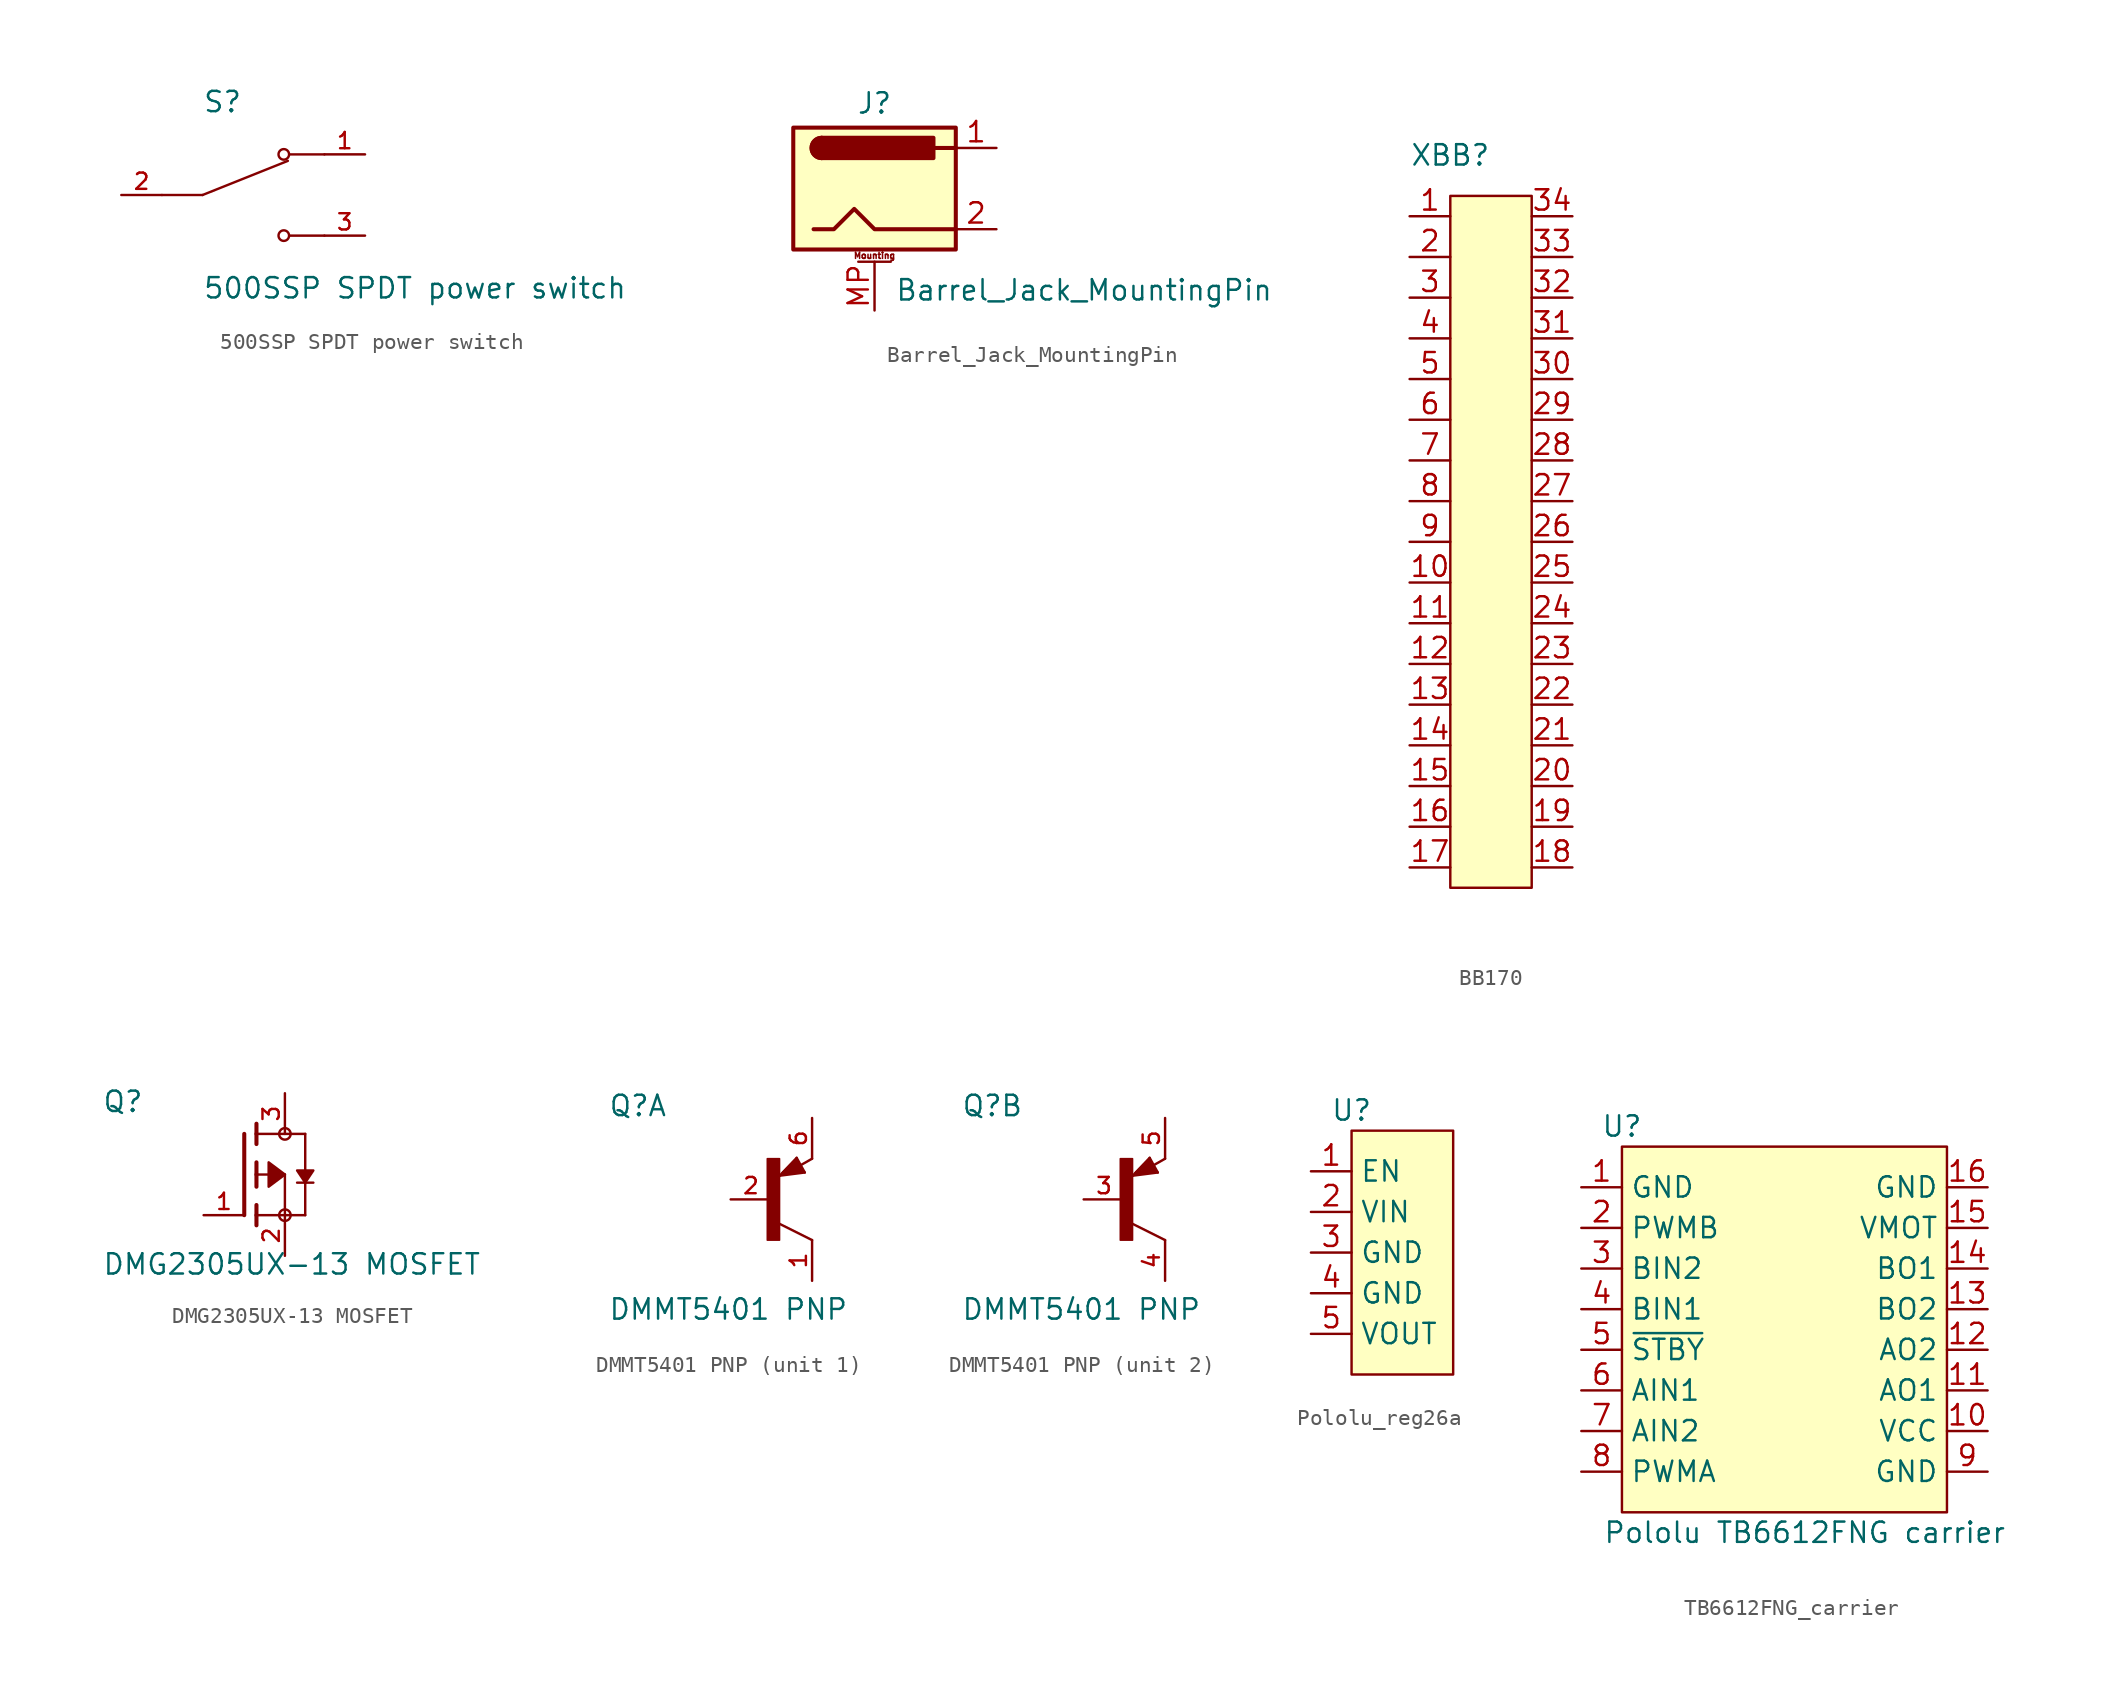
<source format=kicad_sym>
(kicad_symbol_lib
  (version 20220914)
  (generator kicad_symbol_editor)
  (symbol "500SSP SPDT power switch"
    (pin_names
      (offset 1.016))
    (property "Reference" "S"
      (at -2.54 5.08 0)
      (effects (font (size 1.27 1.27)) (justify left bottom)))
    (property "Value" "500SSP SPDT power switch"
      (at -2.54 -5.08 0)
      (effects (font (size 1.27 1.27)) (justify left top)))
    (symbol "500SSP SPDT power switch_0_0"
      (polyline (pts (xy -2.54 0) (xy -5.08 0)) (stroke (width 0.152) (type default)) (fill (type none)))
      (polyline (pts (xy -2.54 0) (xy 2.794 2.134)) (stroke (width 0.152) (type default)) (fill (type none)))
      (polyline (pts (xy 5.08 -2.54) (xy 2.921 -2.54)) (stroke (width 0.152) (type default)) (fill (type none)))
      (polyline (pts (xy 5.08 2.54) (xy 2.921 2.54)) (stroke (width 0.152) (type default)) (fill (type none)))
      (circle (center 2.54 -2.54) (radius 0.33) (stroke (width 0.152) (type default)) (fill (type none)))
      (circle (center 2.54 2.54) (radius 0.33) (stroke (width 0.152) (type default)) (fill (type none)))
      (pin passive line (at 7.62 2.54 180) (length 2.54) (name "~" (effects (font (size 1.016 1.016)))) (number "1" (effects (font (size 1.016 1.016)))))
      (pin passive line (at -7.62 0 0) (length 2.54) (name "~" (effects (font (size 1.016 1.016)))) (number "2" (effects (font (size 1.016 1.016)))))
      (pin passive line (at 7.62 -2.54 180) (length 2.54) (name "~" (effects (font (size 1.016 1.016)))) (number "3" (effects (font (size 1.016 1.016)))))))
  (symbol "Barrel_Jack_MountingPin"
    (pin_names hide)
    (property "Reference" "J"
      (at 0 5.334 0)
      (effects (font (size 1.27 1.27))))
    (property "Value" "Barrel_Jack_MountingPin"
      (at 1.27 -6.35 0)
      (effects (font (size 1.27 1.27)) (justify left)))
    (symbol "Barrel_Jack_MountingPin_0_1"
      (rectangle (start -5.08 3.81) (end 5.08 -3.81) (stroke (width 0.254) (type default)) (fill (type background)))
      (arc (start -3.302 3.175) (mid -3.9343 2.54) (end -3.302 1.905) (stroke (width 0.254) (type default)) (fill (type none)))
      (arc (start -3.302 3.175) (mid -3.9343 2.54) (end -3.302 1.905) (stroke (width 0.254) (type default)) (fill (type outline)))
      (polyline (pts (xy 5.08 2.54) (xy 3.81 2.54)) (stroke (width 0.254) (type default)) (fill (type none)))
      (polyline (pts (xy -3.81 -2.54) (xy -2.54 -2.54) (xy -1.27 -1.27) (xy 0 -2.54) (xy 2.54 -2.54) (xy 5.08 -2.54)) (stroke (width 0.254) (type default)) (fill (type none)))
      (rectangle (start 3.683 3.175) (end -3.302 1.905) (stroke (width 0.254) (type default)) (fill (type outline))))
    (symbol "Barrel_Jack_MountingPin_1_1"
      (polyline (pts (xy -1.016 -4.572) (xy 1.016 -4.572)) (stroke (width 0.152) (type default)) (fill (type none)))
      (text "Mounting" (at 0 -4.191 0) (effects (font (size 0.381 0.381))))
      (pin passive line (at 7.62 2.54 180) (length 2.54) (name "~" (effects (font (size 1.27 1.27)))) (number "1" (effects (font (size 1.27 1.27)))))
      (pin passive line (at 7.62 -2.54 180) (length 2.54) (name "~" (effects (font (size 1.27 1.27)))) (number "2" (effects (font (size 1.27 1.27)))))
      (pin passive line (at 0 -7.62 90) (length 3.048) (name "MountPin" (effects (font (size 1.27 1.27)))) (number "MP" (effects (font (size 1.27 1.27)))))))
  (symbol "BB170"
    (property "Reference" "XBB"
      (at 0 0 0)
      (effects (font (size 1.27 1.27))))
    (property "Value" ""
      (at 0 0 0)
      (effects (font (size 1.27 1.27))))
    (symbol "BB170_1_0"
      (pin passive line (at -2.54 -26.67 0) (length 2.54) (name "" (effects (font (size 1.27 1.27)))) (number "10" (effects (font (size 1.27 1.27)))))
      (pin passive line (at -2.54 -29.21 0) (length 2.54) (name "" (effects (font (size 1.27 1.27)))) (number "11" (effects (font (size 1.27 1.27)))))
      (pin passive line (at -2.54 -31.75 0) (length 2.54) (name "" (effects (font (size 1.27 1.27)))) (number "12" (effects (font (size 1.27 1.27)))))
      (pin passive line (at -2.54 -34.29 0) (length 2.54) (name "" (effects (font (size 1.27 1.27)))) (number "13" (effects (font (size 1.27 1.27)))))
      (pin passive line (at -2.54 -36.83 0) (length 2.54) (name "" (effects (font (size 1.27 1.27)))) (number "14" (effects (font (size 1.27 1.27)))))
      (pin passive line (at -2.54 -39.37 0) (length 2.54) (name "" (effects (font (size 1.27 1.27)))) (number "15" (effects (font (size 1.27 1.27)))))
      (pin passive line (at -2.54 -41.91 0) (length 2.54) (name "" (effects (font (size 1.27 1.27)))) (number "16" (effects (font (size 1.27 1.27)))))
      (pin passive line (at -2.54 -44.45 0) (length 2.54) (name "" (effects (font (size 1.27 1.27)))) (number "17" (effects (font (size 1.27 1.27)))))
      (pin passive line (at 7.62 -44.45 180) (length 2.54) (name "" (effects (font (size 1.27 1.27)))) (number "18" (effects (font (size 1.27 1.27)))))
      (pin passive line (at 7.62 -41.91 180) (length 2.54) (name "" (effects (font (size 1.27 1.27)))) (number "19" (effects (font (size 1.27 1.27)))))
      (pin passive line (at -2.54 -6.35 0) (length 2.54) (name "" (effects (font (size 1.27 1.27)))) (number "2" (effects (font (size 1.27 1.27)))))
      (pin passive line (at 7.62 -39.37 180) (length 2.54) (name "" (effects (font (size 1.27 1.27)))) (number "20" (effects (font (size 1.27 1.27)))))
      (pin passive line (at 7.62 -36.83 180) (length 2.54) (name "" (effects (font (size 1.27 1.27)))) (number "21" (effects (font (size 1.27 1.27)))))
      (pin passive line (at 7.62 -34.29 180) (length 2.54) (name "" (effects (font (size 1.27 1.27)))) (number "22" (effects (font (size 1.27 1.27)))))
      (pin passive line (at 7.62 -31.75 180) (length 2.54) (name "" (effects (font (size 1.27 1.27)))) (number "23" (effects (font (size 1.27 1.27)))))
      (pin passive line (at 7.62 -29.21 180) (length 2.54) (name "" (effects (font (size 1.27 1.27)))) (number "24" (effects (font (size 1.27 1.27)))))
      (pin passive line (at 7.62 -26.67 180) (length 2.54) (name "" (effects (font (size 1.27 1.27)))) (number "25" (effects (font (size 1.27 1.27)))))
      (pin passive line (at 7.62 -24.13 180) (length 2.54) (name "" (effects (font (size 1.27 1.27)))) (number "26" (effects (font (size 1.27 1.27)))))
      (pin passive line (at 7.62 -21.59 180) (length 2.54) (name "" (effects (font (size 1.27 1.27)))) (number "27" (effects (font (size 1.27 1.27)))))
      (pin passive line (at 7.62 -19.05 180) (length 2.54) (name "" (effects (font (size 1.27 1.27)))) (number "28" (effects (font (size 1.27 1.27)))))
      (pin passive line (at 7.62 -16.51 180) (length 2.54) (name "" (effects (font (size 1.27 1.27)))) (number "29" (effects (font (size 1.27 1.27)))))
      (pin passive line (at -2.54 -8.89 0) (length 2.54) (name "" (effects (font (size 1.27 1.27)))) (number "3" (effects (font (size 1.27 1.27)))))
      (pin passive line (at 7.62 -13.97 180) (length 2.54) (name "" (effects (font (size 1.27 1.27)))) (number "30" (effects (font (size 1.27 1.27)))))
      (pin passive line (at 7.62 -11.43 180) (length 2.54) (name "" (effects (font (size 1.27 1.27)))) (number "31" (effects (font (size 1.27 1.27)))))
      (pin passive line (at 7.62 -8.89 180) (length 2.54) (name "" (effects (font (size 1.27 1.27)))) (number "32" (effects (font (size 1.27 1.27)))))
      (pin passive line (at 7.62 -6.35 180) (length 2.54) (name "" (effects (font (size 1.27 1.27)))) (number "33" (effects (font (size 1.27 1.27)))))
      (pin passive line (at -2.54 -11.43 0) (length 2.54) (name "" (effects (font (size 1.27 1.27)))) (number "4" (effects (font (size 1.27 1.27)))))
      (pin passive line (at -2.54 -13.97 0) (length 2.54) (name "" (effects (font (size 1.27 1.27)))) (number "5" (effects (font (size 1.27 1.27)))))
      (pin passive line (at -2.54 -16.51 0) (length 2.54) (name "" (effects (font (size 1.27 1.27)))) (number "6" (effects (font (size 1.27 1.27)))))
      (pin passive line (at -2.54 -19.05 0) (length 2.54) (name "" (effects (font (size 1.27 1.27)))) (number "7" (effects (font (size 1.27 1.27)))))
      (pin passive line (at -2.54 -21.59 0) (length 2.54) (name "" (effects (font (size 1.27 1.27)))) (number "8" (effects (font (size 1.27 1.27)))))
      (pin passive line (at -2.54 -24.13 0) (length 2.54) (name "" (effects (font (size 1.27 1.27)))) (number "9" (effects (font (size 1.27 1.27))))))
    (symbol "BB170_1_1"
      (polyline (pts (xy 0 -2.54) (xy 0 -45.72) (xy 5.08 -45.72) (xy 5.08 -2.54) (xy 0 -2.54)) (stroke (width 0) (type default)) (fill (type background)))
      (pin passive line (at -2.54 -3.81 0) (length 2.54) (name "" (effects (font (size 1.27 1.27)))) (number "1" (effects (font (size 1.27 1.27)))))
      (pin passive line (at 7.62 -3.81 180) (length 2.54) (name "" (effects (font (size 1.27 1.27)))) (number "34" (effects (font (size 1.27 1.27)))))))
  (symbol "DMG2305UX-13 MOSFET"
    (pin_names
      (offset 1.016))
    (property "Reference" "Q"
      (at -8.89 3.81 0)
      (effects (font (size 1.27 1.27)) (justify left bottom)))
    (property "Value" "DMG2305UX-13 MOSFET"
      (at -8.89 -6.35 0)
      (effects (font (size 1.27 1.27)) (justify left bottom)))
    (symbol "DMG2305UX-13 MOSFET_0_0"
      (polyline (pts (xy 0 -2.54) (xy 0 2.54)) (stroke (width 0.254) (type default)) (fill (type none)))
      (polyline (pts (xy 0.762 -3.175) (xy 0.762 -2.54)) (stroke (width 0.254) (type default)) (fill (type none)))
      (polyline (pts (xy 0.762 -2.54) (xy 0.762 -1.905)) (stroke (width 0.254) (type default)) (fill (type none)))
      (polyline (pts (xy 0.762 -2.54) (xy 2.54 -2.54)) (stroke (width 0.152) (type default)) (fill (type none)))
      (polyline (pts (xy 0.762 -0.762) (xy 0.762 0)) (stroke (width 0.254) (type default)) (fill (type none)))
      (polyline (pts (xy 0.762 0) (xy 0.762 0.762)) (stroke (width 0.254) (type default)) (fill (type none)))
      (polyline (pts (xy 0.762 0) (xy 2.54 0)) (stroke (width 0.152) (type default)) (fill (type none)))
      (polyline (pts (xy 0.762 1.905) (xy 0.762 2.54)) (stroke (width 0.254) (type default)) (fill (type none)))
      (polyline (pts (xy 0.762 2.54) (xy 0.762 3.175)) (stroke (width 0.254) (type default)) (fill (type none)))
      (polyline (pts (xy 2.54 -2.54) (xy 2.54 0)) (stroke (width 0.152) (type default)) (fill (type none)))
      (polyline (pts (xy 2.54 -2.54) (xy 3.81 -2.54)) (stroke (width 0.152) (type default)) (fill (type none)))
      (polyline (pts (xy 2.54 2.54) (xy 0.762 2.54)) (stroke (width 0.152) (type default)) (fill (type none)))
      (polyline (pts (xy 2.54 2.54) (xy 3.81 2.54)) (stroke (width 0.152) (type default)) (fill (type none)))
      (polyline (pts (xy 3.81 -0.508) (xy 3.302 -0.508)) (stroke (width 0.152) (type default)) (fill (type none)))
      (polyline (pts (xy 3.81 -0.508) (xy 3.81 -2.54)) (stroke (width 0.152) (type default)) (fill (type none)))
      (polyline (pts (xy 3.81 2.54) (xy 3.81 -0.508)) (stroke (width 0.152) (type default)) (fill (type none)))
      (polyline (pts (xy 4.318 -0.508) (xy 3.81 -0.508)) (stroke (width 0.152) (type default)) (fill (type none)))
      (polyline (pts (xy 2.54 0) (xy 1.524 0.762) (xy 1.524 -0.762) (xy 2.54 0)) (stroke (width 0.152) (type default)) (fill (type outline)))
      (polyline (pts (xy 3.81 -0.508) (xy 3.302 0.254) (xy 4.318 0.254) (xy 3.81 -0.508)) (stroke (width 0.152) (type default)) (fill (type outline)))
      (circle (center 2.54 -2.54) (radius 0.359) (stroke (width 0) (type default)) (fill (type none)))
      (circle (center 2.54 2.54) (radius 0.359) (stroke (width 0) (type default)) (fill (type none)))
      (pin passive line (at -2.54 -2.54 0) (length 2.54) (name "~" (effects (font (size 1.016 1.016)))) (number "1" (effects (font (size 1.016 1.016)))))
      (pin passive line (at 2.54 -5.08 90) (length 2.54) (name "~" (effects (font (size 1.016 1.016)))) (number "2" (effects (font (size 1.016 1.016)))))
      (pin passive line (at 2.54 5.08 270) (length 2.54) (name "~" (effects (font (size 1.016 1.016)))) (number "3" (effects (font (size 1.016 1.016)))))))
  (symbol "DMMT5401 PNP"
    (pin_names
      (offset 1.016))
    (property "Reference" "Q"
      (at -10.184 5.098 0)
      (effects (font (size 1.27 1.27)) (justify left bottom)))
    (property "Value" "DMMT5401 PNP"
      (at -10.195 -7.603 0)
      (effects (font (size 1.27 1.27)) (justify left bottom)))
    (symbol "DMMT5401 PNP_1_0"
      (rectangle (start -0.254 -2.544) (end 0.508 2.54) (stroke (width 0.1) (type default)) (fill (type outline)))
      (polyline (pts (xy 0.516 1.478) (xy 2.086 1.678)) (stroke (width 0.152) (type default)) (fill (type none)))
      (polyline (pts (xy 0.762 1.651) (xy 1.778 1.778)) (stroke (width 0.254) (type default)) (fill (type none)))
      (polyline (pts (xy 1.143 1.905) (xy 1.524 1.905)) (stroke (width 0.254) (type default)) (fill (type none)))
      (polyline (pts (xy 1.524 2.159) (xy 1.143 1.905)) (stroke (width 0.254) (type default)) (fill (type none)))
      (polyline (pts (xy 1.524 2.413) (xy 0.762 1.651)) (stroke (width 0.254) (type default)) (fill (type none)))
      (polyline (pts (xy 1.578 2.594) (xy 0.516 1.478)) (stroke (width 0.152) (type default)) (fill (type none)))
      (polyline (pts (xy 1.778 1.778) (xy 1.524 2.159)) (stroke (width 0.254) (type default)) (fill (type none)))
      (polyline (pts (xy 1.905 1.778) (xy 1.524 2.413)) (stroke (width 0.254) (type default)) (fill (type none)))
      (polyline (pts (xy 2.086 1.678) (xy 1.578 2.594)) (stroke (width 0.152) (type default)) (fill (type none)))
      (polyline (pts (xy 2.54 -2.54) (xy 0.508 -1.524)) (stroke (width 0.152) (type default)) (fill (type none)))
      (polyline (pts (xy 2.54 2.54) (xy 1.808 2.124)) (stroke (width 0.152) (type default)) (fill (type none)))
      (pin passive line (at 2.54 -5.08 90) (length 2.54) (name "~" (effects (font (size 1.016 1.016)))) (number "1" (effects (font (size 1.016 1.016)))))
      (pin passive line (at -2.54 0 0) (length 2.54) (name "~" (effects (font (size 1.016 1.016)))) (number "2" (effects (font (size 1.016 1.016)))))
      (pin passive line (at 2.54 5.08 270) (length 2.54) (name "~" (effects (font (size 1.016 1.016)))) (number "6" (effects (font (size 1.016 1.016))))))
    (symbol "DMMT5401 PNP_2_0"
      (rectangle (start -0.254 -2.544) (end 0.508 2.54) (stroke (width 0.1) (type default)) (fill (type outline)))
      (polyline (pts (xy 0.516 1.478) (xy 2.086 1.678)) (stroke (width 0.152) (type default)) (fill (type none)))
      (polyline (pts (xy 0.762 1.651) (xy 1.778 1.778)) (stroke (width 0.254) (type default)) (fill (type none)))
      (polyline (pts (xy 1.143 1.905) (xy 1.524 1.905)) (stroke (width 0.254) (type default)) (fill (type none)))
      (polyline (pts (xy 1.524 2.159) (xy 1.143 1.905)) (stroke (width 0.254) (type default)) (fill (type none)))
      (polyline (pts (xy 1.524 2.413) (xy 0.762 1.651)) (stroke (width 0.254) (type default)) (fill (type none)))
      (polyline (pts (xy 1.578 2.594) (xy 0.516 1.478)) (stroke (width 0.152) (type default)) (fill (type none)))
      (polyline (pts (xy 1.778 1.778) (xy 1.524 2.159)) (stroke (width 0.254) (type default)) (fill (type none)))
      (polyline (pts (xy 1.905 1.778) (xy 1.524 2.413)) (stroke (width 0.254) (type default)) (fill (type none)))
      (polyline (pts (xy 2.086 1.678) (xy 1.578 2.594)) (stroke (width 0.152) (type default)) (fill (type none)))
      (polyline (pts (xy 2.54 -2.54) (xy 0.508 -1.524)) (stroke (width 0.152) (type default)) (fill (type none)))
      (polyline (pts (xy 2.54 2.54) (xy 1.808 2.124)) (stroke (width 0.152) (type default)) (fill (type none)))
      (pin passive line (at -2.54 0 0) (length 2.54) (name "~" (effects (font (size 1.016 1.016)))) (number "3" (effects (font (size 1.016 1.016)))))
      (pin passive line (at 2.54 -5.08 90) (length 2.54) (name "~" (effects (font (size 1.016 1.016)))) (number "4" (effects (font (size 1.016 1.016)))))
      (pin passive line (at 2.54 5.08 270) (length 2.54) (name "~" (effects (font (size 1.016 1.016)))) (number "5" (effects (font (size 1.016 1.016)))))))
  (symbol "Pololu_reg26a"
    (property "Reference" "U"
      (at 2.54 3.81 0)
      (effects (font (size 1.27 1.27))))
    (property "Value" ""
      (at 2.54 3.81 0)
      (effects (font (size 1.27 1.27))))
    (symbol "Pololu_reg26a_1_1"
      (polyline (pts (xy 2.54 2.54) (xy 8.89 2.54) (xy 8.89 -12.7) (xy 2.54 -12.7) (xy 2.54 2.54)) (stroke (width 0) (type default)) (fill (type background)))
      (pin input line (at 0 0 0) (length 2.54) (name "EN" (effects (font (size 1.27 1.27)))) (number "1" (effects (font (size 1.27 1.27)))))
      (pin power_in line (at 0 -2.54 0) (length 2.54) (name "VIN" (effects (font (size 1.27 1.27)))) (number "2" (effects (font (size 1.27 1.27)))))
      (pin power_in line (at 0 -5.08 0) (length 2.54) (name "GND" (effects (font (size 1.27 1.27)))) (number "3" (effects (font (size 1.27 1.27)))))
      (pin power_in line (at 0 -7.62 0) (length 2.54) (name "GND" (effects (font (size 1.27 1.27)))) (number "4" (effects (font (size 1.27 1.27)))))
      (pin power_out line (at 0 -10.16 0) (length 2.54) (name "VOUT" (effects (font (size 1.27 1.27)))) (number "5" (effects (font (size 1.27 1.27)))))))
  (symbol "TB6612FNG_carrier"
    (property "Reference" "U"
      (at 0 0 0)
      (effects (font (size 1.27 1.27))))
    (property "Value" "Pololu TB6612FNG carrier"
      (at 11.43 -25.4 0)
      (effects (font (size 1.27 1.27))))
    (symbol "TB6612FNG_carrier_1_1"
      (polyline (pts (xy 0 -24.13) (xy 0 -1.27) (xy 20.32 -1.27) (xy 20.32 -24.13) (xy 0 -24.13)) (stroke (width 0) (type default)) (fill (type background)))
      (pin power_in line (at -2.54 -3.81 0) (length 2.54) (name "GND" (effects (font (size 1.27 1.27)))) (number "1" (effects (font (size 1.27 1.27)))))
      (pin power_in line (at 22.86 -19.05 180) (length 2.54) (name "VCC" (effects (font (size 1.27 1.27)))) (number "10" (effects (font (size 1.27 1.27)))))
      (pin output line (at 22.86 -16.51 180) (length 2.54) (name "AO1" (effects (font (size 1.27 1.27)))) (number "11" (effects (font (size 1.27 1.27)))))
      (pin output line (at 22.86 -13.97 180) (length 2.54) (name "AO2" (effects (font (size 1.27 1.27)))) (number "12" (effects (font (size 1.27 1.27)))))
      (pin output line (at 22.86 -11.43 180) (length 2.54) (name "BO2" (effects (font (size 1.27 1.27)))) (number "13" (effects (font (size 1.27 1.27)))))
      (pin output line (at 22.86 -8.89 180) (length 2.54) (name "BO1" (effects (font (size 1.27 1.27)))) (number "14" (effects (font (size 1.27 1.27)))))
      (pin power_in line (at 22.86 -6.35 180) (length 2.54) (name "VMOT" (effects (font (size 1.27 1.27)))) (number "15" (effects (font (size 1.27 1.27)))))
      (pin power_in line (at 22.86 -3.81 180) (length 2.54) (name "GND" (effects (font (size 1.27 1.27)))) (number "16" (effects (font (size 1.27 1.27)))))
      (pin input line (at -2.54 -6.35 0) (length 2.54) (name "PWMB" (effects (font (size 1.27 1.27)))) (number "2" (effects (font (size 1.27 1.27)))))
      (pin input line (at -2.54 -8.89 0) (length 2.54) (name "BIN2" (effects (font (size 1.27 1.27)))) (number "3" (effects (font (size 1.27 1.27)))))
      (pin input line (at -2.54 -11.43 0) (length 2.54) (name "BIN1" (effects (font (size 1.27 1.27)))) (number "4" (effects (font (size 1.27 1.27)))))
      (pin input line (at -2.54 -13.97 0) (length 2.54) (name "~{STBY}" (effects (font (size 1.27 1.27)))) (number "5" (effects (font (size 1.27 1.27)))))
      (pin input line (at -2.54 -16.51 0) (length 2.54) (name "AIN1" (effects (font (size 1.27 1.27)))) (number "6" (effects (font (size 1.27 1.27)))))
      (pin input line (at -2.54 -19.05 0) (length 2.54) (name "AIN2" (effects (font (size 1.27 1.27)))) (number "7" (effects (font (size 1.27 1.27)))))
      (pin input line (at -2.54 -21.59 0) (length 2.54) (name "PWMA" (effects (font (size 1.27 1.27)))) (number "8" (effects (font (size 1.27 1.27)))))
      (pin power_in line (at 22.86 -21.59 180) (length 2.54) (name "GND" (effects (font (size 1.27 1.27)))) (number "9" (effects (font (size 1.27 1.27))))))))
</source>
